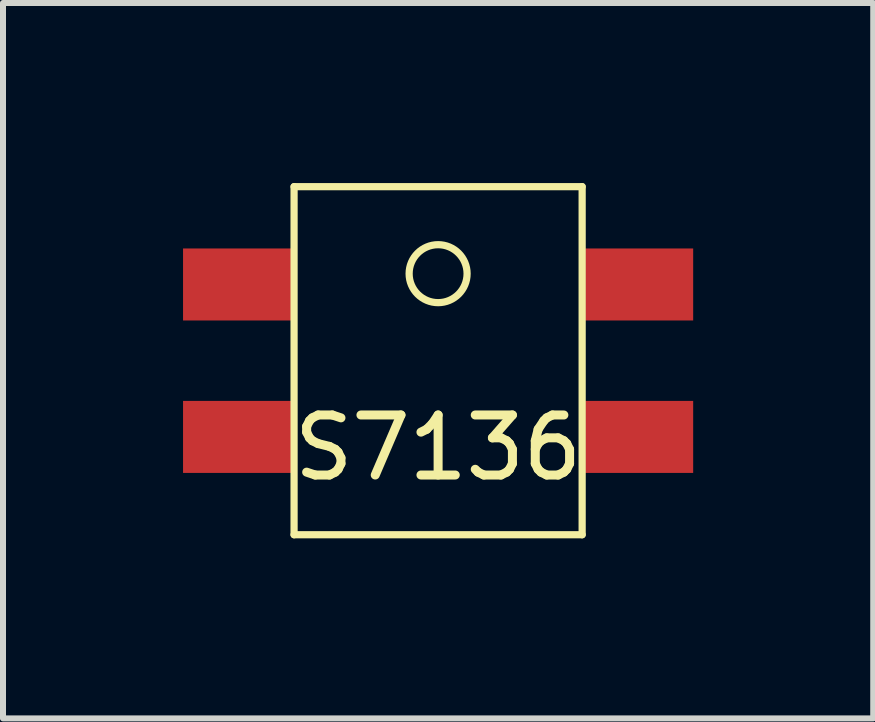
<source format=kicad_pcb>
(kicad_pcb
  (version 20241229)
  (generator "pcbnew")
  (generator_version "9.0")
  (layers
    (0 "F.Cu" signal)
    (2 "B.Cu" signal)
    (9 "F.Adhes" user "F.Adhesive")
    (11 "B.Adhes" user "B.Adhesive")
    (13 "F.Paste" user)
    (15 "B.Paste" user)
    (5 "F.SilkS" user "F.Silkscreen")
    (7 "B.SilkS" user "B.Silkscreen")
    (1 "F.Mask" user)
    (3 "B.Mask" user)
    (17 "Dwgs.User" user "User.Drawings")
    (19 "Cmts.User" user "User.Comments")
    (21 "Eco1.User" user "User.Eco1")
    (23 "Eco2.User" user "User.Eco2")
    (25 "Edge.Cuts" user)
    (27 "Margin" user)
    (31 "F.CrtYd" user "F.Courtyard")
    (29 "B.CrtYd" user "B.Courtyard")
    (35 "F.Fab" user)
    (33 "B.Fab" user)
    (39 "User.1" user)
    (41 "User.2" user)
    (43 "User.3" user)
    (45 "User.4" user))
  (footprint "S7136"
    (layer "F.Cu")
    (at 4.25 2.96)
    (property "Reference" "S7136" (at 0 1.45 0) (layer "F.SilkS") (effects (font (size 1 1) (thickness 0.15))))
    (attr through_hole)
    (fp_line (start -2.4 -2.9) (end 2.4 -2.9) (stroke (width 0.12) (type solid)) (layer "F.SilkS"))
    (fp_line (start -2.4 2.9) (end -2.4 -2.9) (stroke (width 0.12) (type solid)) (layer "F.SilkS"))
    (fp_line (start 2.4 -2.9) (end 2.4 2.9) (stroke (width 0.12) (type solid)) (layer "F.SilkS"))
    (fp_line (start 2.4 2.9) (end -2.4 2.9) (stroke (width 0.12) (type solid)) (layer "F.SilkS"))
    (fp_circle (center 0 -1.45) (end 0 -0.967) (stroke (width 0.12) (type solid)) (fill no) (layer "F.SilkS"))
    (pad "1" smd rect (at -3.35 -1.27) (size 1.8 1.2) (layers "F.Cu" "F.Mask" "F.Paste"))
    (pad "2" smd rect (at -3.35 1.27) (size 1.8 1.2) (layers "F.Cu" "F.Mask" "F.Paste"))
    (pad "3" smd rect (at 3.35 1.27) (size 1.8 1.2) (layers "F.Cu" "F.Mask" "F.Paste"))
    (pad "4" smd rect (at 3.35 -1.27) (size 1.8 1.2) (layers "F.Cu" "F.Mask" "F.Paste")))
  (gr_rect
    (start -3 -3)
    (end 11.5 8.92)
    (stroke (width 0.1) (type default))
    (fill no)
    (layer "Edge.Cuts")))
</source>
